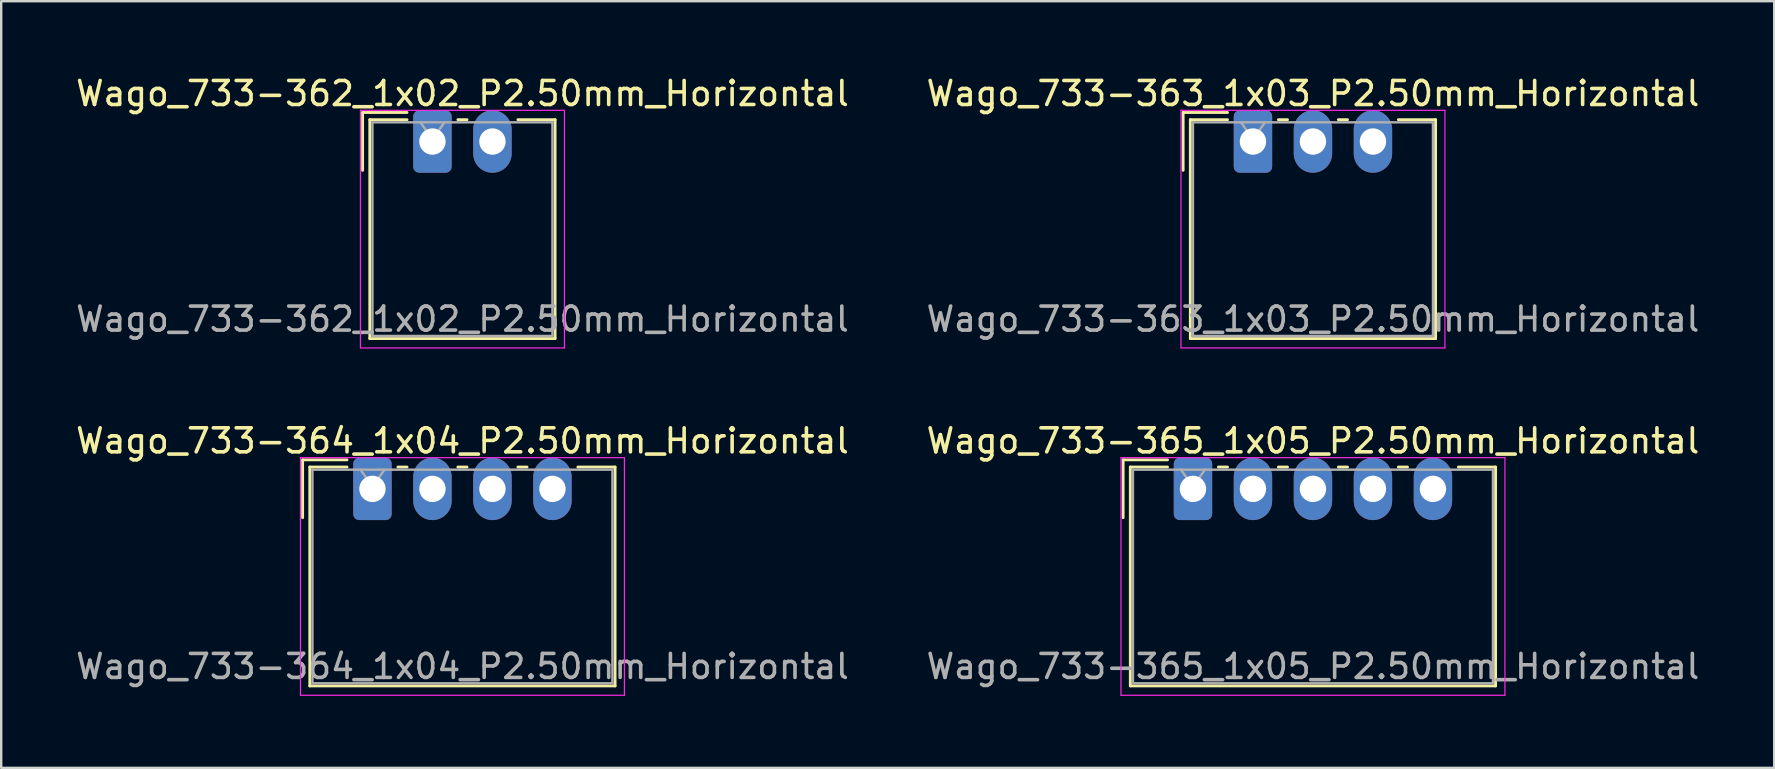
<source format=kicad_pcb>
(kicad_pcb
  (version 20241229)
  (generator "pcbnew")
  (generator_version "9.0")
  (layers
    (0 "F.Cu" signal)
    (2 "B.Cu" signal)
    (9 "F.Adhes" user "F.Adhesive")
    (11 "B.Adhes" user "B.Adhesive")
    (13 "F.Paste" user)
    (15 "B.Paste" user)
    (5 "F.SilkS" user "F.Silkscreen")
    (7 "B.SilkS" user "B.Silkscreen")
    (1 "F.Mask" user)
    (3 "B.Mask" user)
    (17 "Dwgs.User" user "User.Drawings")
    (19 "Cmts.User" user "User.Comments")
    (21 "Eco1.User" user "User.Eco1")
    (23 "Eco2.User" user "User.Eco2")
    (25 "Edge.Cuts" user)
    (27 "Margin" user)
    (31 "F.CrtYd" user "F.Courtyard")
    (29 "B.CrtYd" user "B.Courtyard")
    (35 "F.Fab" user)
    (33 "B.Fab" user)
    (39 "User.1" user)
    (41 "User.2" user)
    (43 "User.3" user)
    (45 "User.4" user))
  (footprint "Wago_733-365_1x05_P2.50mm_Horizontal"
    (layer "F.Cu")
    (at 46.661 17.322)
    (property "Reference" "Wago_733-365_1x05_P2.50mm_Horizontal" (at 5 -2 0) (layer "F.SilkS") (effects (font (size 1 1) (thickness 0.15))))
    (attr through_hole)
    (fp_line (start -2.91 -1.21) (end -1.06 -1.21) (stroke (width 0.12) (type solid)) (layer "F.SilkS"))
    (fp_line (start -2.91 1.2) (end -2.91 -1.21) (stroke (width 0.12) (type solid)) (layer "F.SilkS"))
    (fp_line (start -2.61 -0.91) (end -2.61 8.21) (stroke (width 0.12) (type solid)) (layer "F.SilkS"))
    (fp_line (start -2.61 8.21) (end 12.61 8.21) (stroke (width 0.12) (type solid)) (layer "F.SilkS"))
    (fp_line (start -1.06 -0.91) (end -2.61 -0.91) (stroke (width 0.12) (type solid)) (layer "F.SilkS"))
    (fp_line (start 1.06 -0.91) (end 1.44 -0.91) (stroke (width 0.12) (type solid)) (layer "F.SilkS"))
    (fp_line (start 3.56 -0.91) (end 3.94 -0.91) (stroke (width 0.12) (type solid)) (layer "F.SilkS"))
    (fp_line (start 6.06 -0.91) (end 6.44 -0.91) (stroke (width 0.12) (type solid)) (layer "F.SilkS"))
    (fp_line (start 8.56 -0.91) (end 8.94 -0.91) (stroke (width 0.12) (type solid)) (layer "F.SilkS"))
    (fp_line (start 12.61 -0.91) (end 11.06 -0.91) (stroke (width 0.12) (type solid)) (layer "F.SilkS"))
    (fp_line (start 12.61 8.21) (end 12.61 -0.91) (stroke (width 0.12) (type solid)) (layer "F.SilkS"))
    (fp_line (start -3 -1.3) (end -3 8.6) (stroke (width 0.05) (type solid)) (layer "F.CrtYd"))
    (fp_line (start -3 8.6) (end 13 8.6) (stroke (width 0.05) (type solid)) (layer "F.CrtYd"))
    (fp_line (start 13 -1.3) (end -3 -1.3) (stroke (width 0.05) (type solid)) (layer "F.CrtYd"))
    (fp_line (start 13 8.6) (end 13 -1.3) (stroke (width 0.05) (type solid)) (layer "F.CrtYd"))
    (fp_line (start -2.5 -0.8) (end -2.5 8.1) (stroke (width 0.1) (type solid)) (layer "F.Fab"))
    (fp_line (start -2.5 8.1) (end 12.5 8.1) (stroke (width 0.1) (type solid)) (layer "F.Fab"))
    (fp_line (start -0.5 -0.8) (end 0 -0.093) (stroke (width 0.1) (type solid)) (layer "F.Fab"))
    (fp_line (start 0 -0.093) (end 0.5 -0.8) (stroke (width 0.1) (type solid)) (layer "F.Fab"))
    (fp_line (start 12.5 -0.8) (end -2.5 -0.8) (stroke (width 0.1) (type solid)) (layer "F.Fab"))
    (fp_line (start 12.5 8.1) (end 12.5 -0.8) (stroke (width 0.1) (type solid)) (layer "F.Fab"))
    (fp_text user "${REFERENCE}" (at 5 7.4 0) (layer "F.Fab") (effects (font (size 1 1) (thickness 0.15))))
    (pad "1" thru_hole roundrect (at 0 0) (size 1.6 2.6) (drill 1.1) (layers "*.Cu" "*.Mask") (roundrect_rratio 0.156))
    (pad "2" thru_hole oval (at 2.5 0) (size 1.6 2.6) (drill 1.1) (layers "*.Cu" "*.Mask"))
    (pad "3" thru_hole oval (at 5 0) (size 1.6 2.6) (drill 1.1) (layers "*.Cu" "*.Mask"))
    (pad "4" thru_hole oval (at 7.5 0) (size 1.6 2.6) (drill 1.1) (layers "*.Cu" "*.Mask"))
    (pad "5" thru_hole oval (at 10 0) (size 1.6 2.6) (drill 1.1) (layers "*.Cu" "*.Mask")))
  (footprint "Wago_733-363_1x03_P2.50mm_Horizontal"
    (layer "F.Cu")
    (at 49.161 2.848)
    (property "Reference" "Wago_733-363_1x03_P2.50mm_Horizontal" (at 2.5 -2 0) (layer "F.SilkS") (effects (font (size 1 1) (thickness 0.15))))
    (attr through_hole)
    (fp_line (start -2.91 -1.21) (end -1.06 -1.21) (stroke (width 0.12) (type solid)) (layer "F.SilkS"))
    (fp_line (start -2.91 1.2) (end -2.91 -1.21) (stroke (width 0.12) (type solid)) (layer "F.SilkS"))
    (fp_line (start -2.61 -0.91) (end -2.61 8.21) (stroke (width 0.12) (type solid)) (layer "F.SilkS"))
    (fp_line (start -2.61 8.21) (end 7.61 8.21) (stroke (width 0.12) (type solid)) (layer "F.SilkS"))
    (fp_line (start -1.06 -0.91) (end -2.61 -0.91) (stroke (width 0.12) (type solid)) (layer "F.SilkS"))
    (fp_line (start 1.06 -0.91) (end 1.44 -0.91) (stroke (width 0.12) (type solid)) (layer "F.SilkS"))
    (fp_line (start 3.56 -0.91) (end 3.94 -0.91) (stroke (width 0.12) (type solid)) (layer "F.SilkS"))
    (fp_line (start 7.61 -0.91) (end 6.06 -0.91) (stroke (width 0.12) (type solid)) (layer "F.SilkS"))
    (fp_line (start 7.61 8.21) (end 7.61 -0.91) (stroke (width 0.12) (type solid)) (layer "F.SilkS"))
    (fp_line (start -3 -1.3) (end -3 8.6) (stroke (width 0.05) (type solid)) (layer "F.CrtYd"))
    (fp_line (start -3 8.6) (end 8 8.6) (stroke (width 0.05) (type solid)) (layer "F.CrtYd"))
    (fp_line (start 8 -1.3) (end -3 -1.3) (stroke (width 0.05) (type solid)) (layer "F.CrtYd"))
    (fp_line (start 8 8.6) (end 8 -1.3) (stroke (width 0.05) (type solid)) (layer "F.CrtYd"))
    (fp_line (start -2.5 -0.8) (end -2.5 8.1) (stroke (width 0.1) (type solid)) (layer "F.Fab"))
    (fp_line (start -2.5 8.1) (end 7.5 8.1) (stroke (width 0.1) (type solid)) (layer "F.Fab"))
    (fp_line (start -0.5 -0.8) (end 0 -0.093) (stroke (width 0.1) (type solid)) (layer "F.Fab"))
    (fp_line (start 0 -0.093) (end 0.5 -0.8) (stroke (width 0.1) (type solid)) (layer "F.Fab"))
    (fp_line (start 7.5 -0.8) (end -2.5 -0.8) (stroke (width 0.1) (type solid)) (layer "F.Fab"))
    (fp_line (start 7.5 8.1) (end 7.5 -0.8) (stroke (width 0.1) (type solid)) (layer "F.Fab"))
    (fp_text user "${REFERENCE}" (at 2.5 7.4 0) (layer "F.Fab") (effects (font (size 1 1) (thickness 0.15))))
    (pad "1" thru_hole roundrect (at 0 0) (size 1.6 2.6) (drill 1.1) (layers "*.Cu" "*.Mask") (roundrect_rratio 0.156))
    (pad "2" thru_hole oval (at 2.5 0) (size 1.6 2.6) (drill 1.1) (layers "*.Cu" "*.Mask"))
    (pad "3" thru_hole oval (at 5 0) (size 1.6 2.6) (drill 1.1) (layers "*.Cu" "*.Mask")))
  (footprint "Wago_733-364_1x04_P2.50mm_Horizontal"
    (layer "F.Cu")
    (at 12.47 17.322)
    (property "Reference" "Wago_733-364_1x04_P2.50mm_Horizontal" (at 3.75 -2 0) (layer "F.SilkS") (effects (font (size 1 1) (thickness 0.15))))
    (attr through_hole)
    (fp_line (start -2.91 -1.21) (end -1.06 -1.21) (stroke (width 0.12) (type solid)) (layer "F.SilkS"))
    (fp_line (start -2.91 1.2) (end -2.91 -1.21) (stroke (width 0.12) (type solid)) (layer "F.SilkS"))
    (fp_line (start -2.61 -0.91) (end -2.61 8.21) (stroke (width 0.12) (type solid)) (layer "F.SilkS"))
    (fp_line (start -2.61 8.21) (end 10.11 8.21) (stroke (width 0.12) (type solid)) (layer "F.SilkS"))
    (fp_line (start -1.06 -0.91) (end -2.61 -0.91) (stroke (width 0.12) (type solid)) (layer "F.SilkS"))
    (fp_line (start 1.06 -0.91) (end 1.44 -0.91) (stroke (width 0.12) (type solid)) (layer "F.SilkS"))
    (fp_line (start 3.56 -0.91) (end 3.94 -0.91) (stroke (width 0.12) (type solid)) (layer "F.SilkS"))
    (fp_line (start 6.06 -0.91) (end 6.44 -0.91) (stroke (width 0.12) (type solid)) (layer "F.SilkS"))
    (fp_line (start 10.11 -0.91) (end 8.56 -0.91) (stroke (width 0.12) (type solid)) (layer "F.SilkS"))
    (fp_line (start 10.11 8.21) (end 10.11 -0.91) (stroke (width 0.12) (type solid)) (layer "F.SilkS"))
    (fp_line (start -3 -1.3) (end -3 8.6) (stroke (width 0.05) (type solid)) (layer "F.CrtYd"))
    (fp_line (start -3 8.6) (end 10.5 8.6) (stroke (width 0.05) (type solid)) (layer "F.CrtYd"))
    (fp_line (start 10.5 -1.3) (end -3 -1.3) (stroke (width 0.05) (type solid)) (layer "F.CrtYd"))
    (fp_line (start 10.5 8.6) (end 10.5 -1.3) (stroke (width 0.05) (type solid)) (layer "F.CrtYd"))
    (fp_line (start -2.5 -0.8) (end -2.5 8.1) (stroke (width 0.1) (type solid)) (layer "F.Fab"))
    (fp_line (start -2.5 8.1) (end 10 8.1) (stroke (width 0.1) (type solid)) (layer "F.Fab"))
    (fp_line (start -0.5 -0.8) (end 0 -0.093) (stroke (width 0.1) (type solid)) (layer "F.Fab"))
    (fp_line (start 0 -0.093) (end 0.5 -0.8) (stroke (width 0.1) (type solid)) (layer "F.Fab"))
    (fp_line (start 10 -0.8) (end -2.5 -0.8) (stroke (width 0.1) (type solid)) (layer "F.Fab"))
    (fp_line (start 10 8.1) (end 10 -0.8) (stroke (width 0.1) (type solid)) (layer "F.Fab"))
    (fp_text user "${REFERENCE}" (at 3.75 7.4 0) (layer "F.Fab") (effects (font (size 1 1) (thickness 0.15))))
    (pad "1" thru_hole roundrect (at 0 0) (size 1.6 2.6) (drill 1.1) (layers "*.Cu" "*.Mask") (roundrect_rratio 0.156))
    (pad "2" thru_hole oval (at 2.5 0) (size 1.6 2.6) (drill 1.1) (layers "*.Cu" "*.Mask"))
    (pad "3" thru_hole oval (at 5 0) (size 1.6 2.6) (drill 1.1) (layers "*.Cu" "*.Mask"))
    (pad "4" thru_hole oval (at 7.5 0) (size 1.6 2.6) (drill 1.1) (layers "*.Cu" "*.Mask")))
  (footprint "Wago_733-362_1x02_P2.50mm_Horizontal"
    (layer "F.Cu")
    (at 14.97 2.848)
    (property "Reference" "Wago_733-362_1x02_P2.50mm_Horizontal" (at 1.25 -2 0) (layer "F.SilkS") (effects (font (size 1 1) (thickness 0.15))))
    (attr through_hole)
    (fp_line (start -2.91 -1.21) (end -1.06 -1.21) (stroke (width 0.12) (type solid)) (layer "F.SilkS"))
    (fp_line (start -2.91 1.2) (end -2.91 -1.21) (stroke (width 0.12) (type solid)) (layer "F.SilkS"))
    (fp_line (start -2.61 -0.91) (end -2.61 8.21) (stroke (width 0.12) (type solid)) (layer "F.SilkS"))
    (fp_line (start -2.61 8.21) (end 5.11 8.21) (stroke (width 0.12) (type solid)) (layer "F.SilkS"))
    (fp_line (start -1.06 -0.91) (end -2.61 -0.91) (stroke (width 0.12) (type solid)) (layer "F.SilkS"))
    (fp_line (start 1.06 -0.91) (end 1.44 -0.91) (stroke (width 0.12) (type solid)) (layer "F.SilkS"))
    (fp_line (start 5.11 -0.91) (end 3.56 -0.91) (stroke (width 0.12) (type solid)) (layer "F.SilkS"))
    (fp_line (start 5.11 8.21) (end 5.11 -0.91) (stroke (width 0.12) (type solid)) (layer "F.SilkS"))
    (fp_line (start -3 -1.3) (end -3 8.6) (stroke (width 0.05) (type solid)) (layer "F.CrtYd"))
    (fp_line (start -3 8.6) (end 5.5 8.6) (stroke (width 0.05) (type solid)) (layer "F.CrtYd"))
    (fp_line (start 5.5 -1.3) (end -3 -1.3) (stroke (width 0.05) (type solid)) (layer "F.CrtYd"))
    (fp_line (start 5.5 8.6) (end 5.5 -1.3) (stroke (width 0.05) (type solid)) (layer "F.CrtYd"))
    (fp_line (start -2.5 -0.8) (end -2.5 8.1) (stroke (width 0.1) (type solid)) (layer "F.Fab"))
    (fp_line (start -2.5 8.1) (end 5 8.1) (stroke (width 0.1) (type solid)) (layer "F.Fab"))
    (fp_line (start -0.5 -0.8) (end 0 -0.093) (stroke (width 0.1) (type solid)) (layer "F.Fab"))
    (fp_line (start 0 -0.093) (end 0.5 -0.8) (stroke (width 0.1) (type solid)) (layer "F.Fab"))
    (fp_line (start 5 -0.8) (end -2.5 -0.8) (stroke (width 0.1) (type solid)) (layer "F.Fab"))
    (fp_line (start 5 8.1) (end 5 -0.8) (stroke (width 0.1) (type solid)) (layer "F.Fab"))
    (fp_text user "${REFERENCE}" (at 1.25 7.4 0) (layer "F.Fab") (effects (font (size 1 1) (thickness 0.15))))
    (pad "1" thru_hole roundrect (at 0 0) (size 1.6 2.6) (drill 1.1) (layers "*.Cu" "*.Mask") (roundrect_rratio 0.156))
    (pad "2" thru_hole oval (at 2.5 0) (size 1.6 2.6) (drill 1.1) (layers "*.Cu" "*.Mask")))
  (gr_rect
    (start -3 -3)
    (end 70.881 28.947)
    (stroke (width 0.1) (type default))
    (fill no)
    (layer "Edge.Cuts")))
</source>
